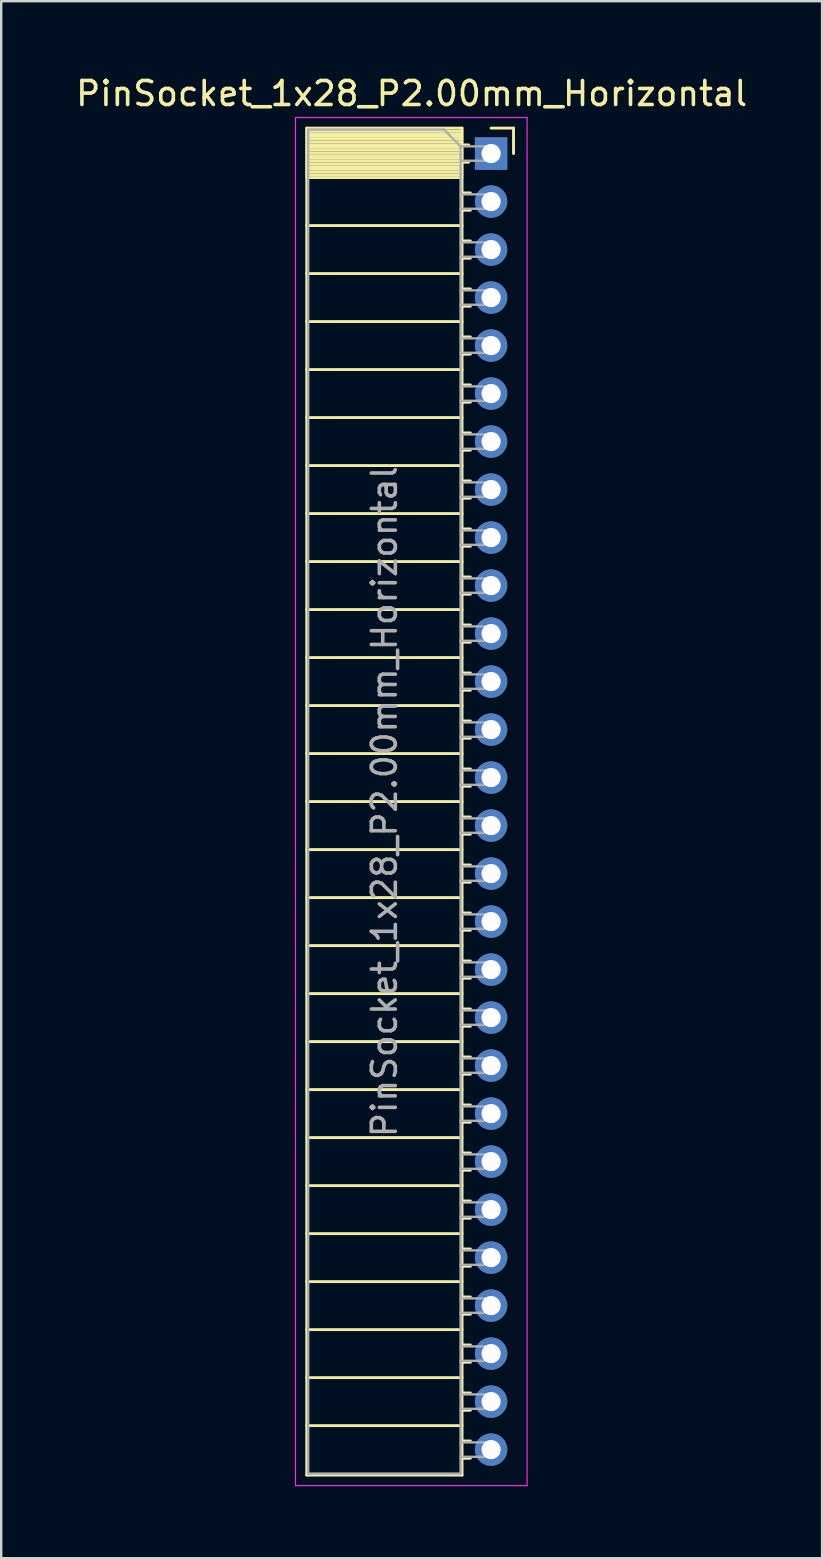
<source format=kicad_pcb>
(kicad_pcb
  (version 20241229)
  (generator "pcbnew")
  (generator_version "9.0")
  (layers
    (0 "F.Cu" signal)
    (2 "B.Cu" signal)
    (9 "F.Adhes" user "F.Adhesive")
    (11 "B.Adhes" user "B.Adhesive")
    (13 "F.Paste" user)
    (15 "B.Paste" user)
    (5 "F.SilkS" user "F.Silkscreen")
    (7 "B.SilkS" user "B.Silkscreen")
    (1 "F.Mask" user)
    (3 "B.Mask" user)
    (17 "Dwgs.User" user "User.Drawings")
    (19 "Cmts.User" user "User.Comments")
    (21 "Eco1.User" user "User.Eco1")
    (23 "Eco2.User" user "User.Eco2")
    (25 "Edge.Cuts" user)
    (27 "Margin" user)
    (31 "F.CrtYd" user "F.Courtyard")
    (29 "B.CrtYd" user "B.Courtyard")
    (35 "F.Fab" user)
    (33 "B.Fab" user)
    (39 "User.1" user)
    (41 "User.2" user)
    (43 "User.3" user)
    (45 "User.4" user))
  (footprint "PinSocket_1x28_P2.00mm_Horizontal"
    (layer "F.Cu")
    (at 17.411 3.348)
    (property "Reference" "PinSocket_1x28_P2.00mm_Horizontal" (at -3.31 -2.5 0) (layer "F.SilkS") (effects (font (size 1 1) (thickness 0.15))))
    (attr through_hole)
    (fp_line (start -7.68 -1.06) (end -7.68 55.06) (stroke (width 0.12) (type solid)) (layer "F.SilkS"))
    (fp_line (start -7.68 -1.06) (end -1.21 -1.06) (stroke (width 0.12) (type solid)) (layer "F.SilkS"))
    (fp_line (start -7.68 -0.94) (end -1.21 -0.94) (stroke (width 0.12) (type solid)) (layer "F.SilkS"))
    (fp_line (start -7.68 -0.826) (end -1.21 -0.826) (stroke (width 0.12) (type solid)) (layer "F.SilkS"))
    (fp_line (start -7.68 -0.712) (end -1.21 -0.712) (stroke (width 0.12) (type solid)) (layer "F.SilkS"))
    (fp_line (start -7.68 -0.598) (end -1.21 -0.598) (stroke (width 0.12) (type solid)) (layer "F.SilkS"))
    (fp_line (start -7.68 -0.484) (end -1.21 -0.484) (stroke (width 0.12) (type solid)) (layer "F.SilkS"))
    (fp_line (start -7.68 -0.369) (end -1.21 -0.369) (stroke (width 0.12) (type solid)) (layer "F.SilkS"))
    (fp_line (start -7.68 -0.255) (end -1.21 -0.255) (stroke (width 0.12) (type solid)) (layer "F.SilkS"))
    (fp_line (start -7.68 -0.141) (end -1.21 -0.141) (stroke (width 0.12) (type solid)) (layer "F.SilkS"))
    (fp_line (start -7.68 -0.027) (end -1.21 -0.027) (stroke (width 0.12) (type solid)) (layer "F.SilkS"))
    (fp_line (start -7.68 0.087) (end -1.21 0.087) (stroke (width 0.12) (type solid)) (layer "F.SilkS"))
    (fp_line (start -7.68 0.201) (end -1.21 0.201) (stroke (width 0.12) (type solid)) (layer "F.SilkS"))
    (fp_line (start -7.68 0.315) (end -1.21 0.315) (stroke (width 0.12) (type solid)) (layer "F.SilkS"))
    (fp_line (start -7.68 0.429) (end -1.21 0.429) (stroke (width 0.12) (type solid)) (layer "F.SilkS"))
    (fp_line (start -7.68 0.544) (end -1.21 0.544) (stroke (width 0.12) (type solid)) (layer "F.SilkS"))
    (fp_line (start -7.68 0.658) (end -1.21 0.658) (stroke (width 0.12) (type solid)) (layer "F.SilkS"))
    (fp_line (start -7.68 0.772) (end -1.21 0.772) (stroke (width 0.12) (type solid)) (layer "F.SilkS"))
    (fp_line (start -7.68 0.886) (end -1.21 0.886) (stroke (width 0.12) (type solid)) (layer "F.SilkS"))
    (fp_line (start -7.68 1) (end -1.21 1) (stroke (width 0.12) (type solid)) (layer "F.SilkS"))
    (fp_line (start -7.68 3) (end -1.21 3) (stroke (width 0.12) (type solid)) (layer "F.SilkS"))
    (fp_line (start -7.68 5) (end -1.21 5) (stroke (width 0.12) (type solid)) (layer "F.SilkS"))
    (fp_line (start -7.68 7) (end -1.21 7) (stroke (width 0.12) (type solid)) (layer "F.SilkS"))
    (fp_line (start -7.68 9) (end -1.21 9) (stroke (width 0.12) (type solid)) (layer "F.SilkS"))
    (fp_line (start -7.68 11) (end -1.21 11) (stroke (width 0.12) (type solid)) (layer "F.SilkS"))
    (fp_line (start -7.68 13) (end -1.21 13) (stroke (width 0.12) (type solid)) (layer "F.SilkS"))
    (fp_line (start -7.68 15) (end -1.21 15) (stroke (width 0.12) (type solid)) (layer "F.SilkS"))
    (fp_line (start -7.68 17) (end -1.21 17) (stroke (width 0.12) (type solid)) (layer "F.SilkS"))
    (fp_line (start -7.68 19) (end -1.21 19) (stroke (width 0.12) (type solid)) (layer "F.SilkS"))
    (fp_line (start -7.68 21) (end -1.21 21) (stroke (width 0.12) (type solid)) (layer "F.SilkS"))
    (fp_line (start -7.68 23) (end -1.21 23) (stroke (width 0.12) (type solid)) (layer "F.SilkS"))
    (fp_line (start -7.68 25) (end -1.21 25) (stroke (width 0.12) (type solid)) (layer "F.SilkS"))
    (fp_line (start -7.68 27) (end -1.21 27) (stroke (width 0.12) (type solid)) (layer "F.SilkS"))
    (fp_line (start -7.68 29) (end -1.21 29) (stroke (width 0.12) (type solid)) (layer "F.SilkS"))
    (fp_line (start -7.68 31) (end -1.21 31) (stroke (width 0.12) (type solid)) (layer "F.SilkS"))
    (fp_line (start -7.68 33) (end -1.21 33) (stroke (width 0.12) (type solid)) (layer "F.SilkS"))
    (fp_line (start -7.68 35) (end -1.21 35) (stroke (width 0.12) (type solid)) (layer "F.SilkS"))
    (fp_line (start -7.68 37) (end -1.21 37) (stroke (width 0.12) (type solid)) (layer "F.SilkS"))
    (fp_line (start -7.68 39) (end -1.21 39) (stroke (width 0.12) (type solid)) (layer "F.SilkS"))
    (fp_line (start -7.68 41) (end -1.21 41) (stroke (width 0.12) (type solid)) (layer "F.SilkS"))
    (fp_line (start -7.68 43) (end -1.21 43) (stroke (width 0.12) (type solid)) (layer "F.SilkS"))
    (fp_line (start -7.68 45) (end -1.21 45) (stroke (width 0.12) (type solid)) (layer "F.SilkS"))
    (fp_line (start -7.68 47) (end -1.21 47) (stroke (width 0.12) (type solid)) (layer "F.SilkS"))
    (fp_line (start -7.68 49) (end -1.21 49) (stroke (width 0.12) (type solid)) (layer "F.SilkS"))
    (fp_line (start -7.68 51) (end -1.21 51) (stroke (width 0.12) (type solid)) (layer "F.SilkS"))
    (fp_line (start -7.68 53) (end -1.21 53) (stroke (width 0.12) (type solid)) (layer "F.SilkS"))
    (fp_line (start -7.68 55.06) (end -1.21 55.06) (stroke (width 0.12) (type solid)) (layer "F.SilkS"))
    (fp_line (start -1.21 -1.06) (end -1.21 55.06) (stroke (width 0.12) (type solid)) (layer "F.SilkS"))
    (fp_line (start -1.21 -0.36) (end -0.935 -0.36) (stroke (width 0.12) (type solid)) (layer "F.SilkS"))
    (fp_line (start -1.21 0.36) (end -0.935 0.36) (stroke (width 0.12) (type solid)) (layer "F.SilkS"))
    (fp_line (start -1.21 1.64) (end -0.863 1.64) (stroke (width 0.12) (type solid)) (layer "F.SilkS"))
    (fp_line (start -1.21 2.36) (end -0.863 2.36) (stroke (width 0.12) (type solid)) (layer "F.SilkS"))
    (fp_line (start -1.21 3.64) (end -0.863 3.64) (stroke (width 0.12) (type solid)) (layer "F.SilkS"))
    (fp_line (start -1.21 4.36) (end -0.863 4.36) (stroke (width 0.12) (type solid)) (layer "F.SilkS"))
    (fp_line (start -1.21 5.64) (end -0.863 5.64) (stroke (width 0.12) (type solid)) (layer "F.SilkS"))
    (fp_line (start -1.21 6.36) (end -0.863 6.36) (stroke (width 0.12) (type solid)) (layer "F.SilkS"))
    (fp_line (start -1.21 7.64) (end -0.863 7.64) (stroke (width 0.12) (type solid)) (layer "F.SilkS"))
    (fp_line (start -1.21 8.36) (end -0.863 8.36) (stroke (width 0.12) (type solid)) (layer "F.SilkS"))
    (fp_line (start -1.21 9.64) (end -0.863 9.64) (stroke (width 0.12) (type solid)) (layer "F.SilkS"))
    (fp_line (start -1.21 10.36) (end -0.863 10.36) (stroke (width 0.12) (type solid)) (layer "F.SilkS"))
    (fp_line (start -1.21 11.64) (end -0.863 11.64) (stroke (width 0.12) (type solid)) (layer "F.SilkS"))
    (fp_line (start -1.21 12.36) (end -0.863 12.36) (stroke (width 0.12) (type solid)) (layer "F.SilkS"))
    (fp_line (start -1.21 13.64) (end -0.863 13.64) (stroke (width 0.12) (type solid)) (layer "F.SilkS"))
    (fp_line (start -1.21 14.36) (end -0.863 14.36) (stroke (width 0.12) (type solid)) (layer "F.SilkS"))
    (fp_line (start -1.21 15.64) (end -0.863 15.64) (stroke (width 0.12) (type solid)) (layer "F.SilkS"))
    (fp_line (start -1.21 16.36) (end -0.863 16.36) (stroke (width 0.12) (type solid)) (layer "F.SilkS"))
    (fp_line (start -1.21 17.64) (end -0.863 17.64) (stroke (width 0.12) (type solid)) (layer "F.SilkS"))
    (fp_line (start -1.21 18.36) (end -0.863 18.36) (stroke (width 0.12) (type solid)) (layer "F.SilkS"))
    (fp_line (start -1.21 19.64) (end -0.863 19.64) (stroke (width 0.12) (type solid)) (layer "F.SilkS"))
    (fp_line (start -1.21 20.36) (end -0.863 20.36) (stroke (width 0.12) (type solid)) (layer "F.SilkS"))
    (fp_line (start -1.21 21.64) (end -0.863 21.64) (stroke (width 0.12) (type solid)) (layer "F.SilkS"))
    (fp_line (start -1.21 22.36) (end -0.863 22.36) (stroke (width 0.12) (type solid)) (layer "F.SilkS"))
    (fp_line (start -1.21 23.64) (end -0.863 23.64) (stroke (width 0.12) (type solid)) (layer "F.SilkS"))
    (fp_line (start -1.21 24.36) (end -0.863 24.36) (stroke (width 0.12) (type solid)) (layer "F.SilkS"))
    (fp_line (start -1.21 25.64) (end -0.863 25.64) (stroke (width 0.12) (type solid)) (layer "F.SilkS"))
    (fp_line (start -1.21 26.36) (end -0.863 26.36) (stroke (width 0.12) (type solid)) (layer "F.SilkS"))
    (fp_line (start -1.21 27.64) (end -0.863 27.64) (stroke (width 0.12) (type solid)) (layer "F.SilkS"))
    (fp_line (start -1.21 28.36) (end -0.863 28.36) (stroke (width 0.12) (type solid)) (layer "F.SilkS"))
    (fp_line (start -1.21 29.64) (end -0.863 29.64) (stroke (width 0.12) (type solid)) (layer "F.SilkS"))
    (fp_line (start -1.21 30.36) (end -0.863 30.36) (stroke (width 0.12) (type solid)) (layer "F.SilkS"))
    (fp_line (start -1.21 31.64) (end -0.863 31.64) (stroke (width 0.12) (type solid)) (layer "F.SilkS"))
    (fp_line (start -1.21 32.36) (end -0.863 32.36) (stroke (width 0.12) (type solid)) (layer "F.SilkS"))
    (fp_line (start -1.21 33.64) (end -0.863 33.64) (stroke (width 0.12) (type solid)) (layer "F.SilkS"))
    (fp_line (start -1.21 34.36) (end -0.863 34.36) (stroke (width 0.12) (type solid)) (layer "F.SilkS"))
    (fp_line (start -1.21 35.64) (end -0.863 35.64) (stroke (width 0.12) (type solid)) (layer "F.SilkS"))
    (fp_line (start -1.21 36.36) (end -0.863 36.36) (stroke (width 0.12) (type solid)) (layer "F.SilkS"))
    (fp_line (start -1.21 37.64) (end -0.863 37.64) (stroke (width 0.12) (type solid)) (layer "F.SilkS"))
    (fp_line (start -1.21 38.36) (end -0.863 38.36) (stroke (width 0.12) (type solid)) (layer "F.SilkS"))
    (fp_line (start -1.21 39.64) (end -0.863 39.64) (stroke (width 0.12) (type solid)) (layer "F.SilkS"))
    (fp_line (start -1.21 40.36) (end -0.863 40.36) (stroke (width 0.12) (type solid)) (layer "F.SilkS"))
    (fp_line (start -1.21 41.64) (end -0.863 41.64) (stroke (width 0.12) (type solid)) (layer "F.SilkS"))
    (fp_line (start -1.21 42.36) (end -0.863 42.36) (stroke (width 0.12) (type solid)) (layer "F.SilkS"))
    (fp_line (start -1.21 43.64) (end -0.863 43.64) (stroke (width 0.12) (type solid)) (layer "F.SilkS"))
    (fp_line (start -1.21 44.36) (end -0.863 44.36) (stroke (width 0.12) (type solid)) (layer "F.SilkS"))
    (fp_line (start -1.21 45.64) (end -0.863 45.64) (stroke (width 0.12) (type solid)) (layer "F.SilkS"))
    (fp_line (start -1.21 46.36) (end -0.863 46.36) (stroke (width 0.12) (type solid)) (layer "F.SilkS"))
    (fp_line (start -1.21 47.64) (end -0.863 47.64) (stroke (width 0.12) (type solid)) (layer "F.SilkS"))
    (fp_line (start -1.21 48.36) (end -0.863 48.36) (stroke (width 0.12) (type solid)) (layer "F.SilkS"))
    (fp_line (start -1.21 49.64) (end -0.863 49.64) (stroke (width 0.12) (type solid)) (layer "F.SilkS"))
    (fp_line (start -1.21 50.36) (end -0.863 50.36) (stroke (width 0.12) (type solid)) (layer "F.SilkS"))
    (fp_line (start -1.21 51.64) (end -0.863 51.64) (stroke (width 0.12) (type solid)) (layer "F.SilkS"))
    (fp_line (start -1.21 52.36) (end -0.863 52.36) (stroke (width 0.12) (type solid)) (layer "F.SilkS"))
    (fp_line (start -1.21 53.64) (end -0.863 53.64) (stroke (width 0.12) (type solid)) (layer "F.SilkS"))
    (fp_line (start -1.21 54.36) (end -0.863 54.36) (stroke (width 0.12) (type solid)) (layer "F.SilkS"))
    (fp_line (start 0 -1.06) (end 0.935 -1.06) (stroke (width 0.12) (type solid)) (layer "F.SilkS"))
    (fp_line (start 0.935 -1.06) (end 0.935 0) (stroke (width 0.12) (type solid)) (layer "F.SilkS"))
    (fp_line (start -8.15 -1.5) (end -8.15 55.5) (stroke (width 0.05) (type solid)) (layer "F.CrtYd"))
    (fp_line (start -8.15 55.5) (end 1.5 55.5) (stroke (width 0.05) (type solid)) (layer "F.CrtYd"))
    (fp_line (start 1.5 -1.5) (end -8.15 -1.5) (stroke (width 0.05) (type solid)) (layer "F.CrtYd"))
    (fp_line (start 1.5 55.5) (end 1.5 -1.5) (stroke (width 0.05) (type solid)) (layer "F.CrtYd"))
    (fp_line (start -7.62 -1) (end -1.97 -1) (stroke (width 0.1) (type solid)) (layer "F.Fab"))
    (fp_line (start -7.62 55) (end -7.62 -1) (stroke (width 0.1) (type solid)) (layer "F.Fab"))
    (fp_line (start -1.97 -1) (end -1.27 -0.3) (stroke (width 0.1) (type solid)) (layer "F.Fab"))
    (fp_line (start -1.27 -0.3) (end -1.27 55) (stroke (width 0.1) (type solid)) (layer "F.Fab"))
    (fp_line (start -1.27 0.3) (end 0 0.3) (stroke (width 0.1) (type solid)) (layer "F.Fab"))
    (fp_line (start -1.27 2.3) (end 0 2.3) (stroke (width 0.1) (type solid)) (layer "F.Fab"))
    (fp_line (start -1.27 4.3) (end 0 4.3) (stroke (width 0.1) (type solid)) (layer "F.Fab"))
    (fp_line (start -1.27 6.3) (end 0 6.3) (stroke (width 0.1) (type solid)) (layer "F.Fab"))
    (fp_line (start -1.27 8.3) (end 0 8.3) (stroke (width 0.1) (type solid)) (layer "F.Fab"))
    (fp_line (start -1.27 10.3) (end 0 10.3) (stroke (width 0.1) (type solid)) (layer "F.Fab"))
    (fp_line (start -1.27 12.3) (end 0 12.3) (stroke (width 0.1) (type solid)) (layer "F.Fab"))
    (fp_line (start -1.27 14.3) (end 0 14.3) (stroke (width 0.1) (type solid)) (layer "F.Fab"))
    (fp_line (start -1.27 16.3) (end 0 16.3) (stroke (width 0.1) (type solid)) (layer "F.Fab"))
    (fp_line (start -1.27 18.3) (end 0 18.3) (stroke (width 0.1) (type solid)) (layer "F.Fab"))
    (fp_line (start -1.27 20.3) (end 0 20.3) (stroke (width 0.1) (type solid)) (layer "F.Fab"))
    (fp_line (start -1.27 22.3) (end 0 22.3) (stroke (width 0.1) (type solid)) (layer "F.Fab"))
    (fp_line (start -1.27 24.3) (end 0 24.3) (stroke (width 0.1) (type solid)) (layer "F.Fab"))
    (fp_line (start -1.27 26.3) (end 0 26.3) (stroke (width 0.1) (type solid)) (layer "F.Fab"))
    (fp_line (start -1.27 28.3) (end 0 28.3) (stroke (width 0.1) (type solid)) (layer "F.Fab"))
    (fp_line (start -1.27 30.3) (end 0 30.3) (stroke (width 0.1) (type solid)) (layer "F.Fab"))
    (fp_line (start -1.27 32.3) (end 0 32.3) (stroke (width 0.1) (type solid)) (layer "F.Fab"))
    (fp_line (start -1.27 34.3) (end 0 34.3) (stroke (width 0.1) (type solid)) (layer "F.Fab"))
    (fp_line (start -1.27 36.3) (end 0 36.3) (stroke (width 0.1) (type solid)) (layer "F.Fab"))
    (fp_line (start -1.27 38.3) (end 0 38.3) (stroke (width 0.1) (type solid)) (layer "F.Fab"))
    (fp_line (start -1.27 40.3) (end 0 40.3) (stroke (width 0.1) (type solid)) (layer "F.Fab"))
    (fp_line (start -1.27 42.3) (end 0 42.3) (stroke (width 0.1) (type solid)) (layer "F.Fab"))
    (fp_line (start -1.27 44.3) (end 0 44.3) (stroke (width 0.1) (type solid)) (layer "F.Fab"))
    (fp_line (start -1.27 46.3) (end 0 46.3) (stroke (width 0.1) (type solid)) (layer "F.Fab"))
    (fp_line (start -1.27 48.3) (end 0 48.3) (stroke (width 0.1) (type solid)) (layer "F.Fab"))
    (fp_line (start -1.27 50.3) (end 0 50.3) (stroke (width 0.1) (type solid)) (layer "F.Fab"))
    (fp_line (start -1.27 52.3) (end 0 52.3) (stroke (width 0.1) (type solid)) (layer "F.Fab"))
    (fp_line (start -1.27 54.3) (end 0 54.3) (stroke (width 0.1) (type solid)) (layer "F.Fab"))
    (fp_line (start -1.27 55) (end -7.62 55) (stroke (width 0.1) (type solid)) (layer "F.Fab"))
    (fp_line (start 0 -0.3) (end -1.27 -0.3) (stroke (width 0.1) (type solid)) (layer "F.Fab"))
    (fp_line (start 0 0.3) (end 0 -0.3) (stroke (width 0.1) (type solid)) (layer "F.Fab"))
    (fp_line (start 0 1.7) (end -1.27 1.7) (stroke (width 0.1) (type solid)) (layer "F.Fab"))
    (fp_line (start 0 2.3) (end 0 1.7) (stroke (width 0.1) (type solid)) (layer "F.Fab"))
    (fp_line (start 0 3.7) (end -1.27 3.7) (stroke (width 0.1) (type solid)) (layer "F.Fab"))
    (fp_line (start 0 4.3) (end 0 3.7) (stroke (width 0.1) (type solid)) (layer "F.Fab"))
    (fp_line (start 0 5.7) (end -1.27 5.7) (stroke (width 0.1) (type solid)) (layer "F.Fab"))
    (fp_line (start 0 6.3) (end 0 5.7) (stroke (width 0.1) (type solid)) (layer "F.Fab"))
    (fp_line (start 0 7.7) (end -1.27 7.7) (stroke (width 0.1) (type solid)) (layer "F.Fab"))
    (fp_line (start 0 8.3) (end 0 7.7) (stroke (width 0.1) (type solid)) (layer "F.Fab"))
    (fp_line (start 0 9.7) (end -1.27 9.7) (stroke (width 0.1) (type solid)) (layer "F.Fab"))
    (fp_line (start 0 10.3) (end 0 9.7) (stroke (width 0.1) (type solid)) (layer "F.Fab"))
    (fp_line (start 0 11.7) (end -1.27 11.7) (stroke (width 0.1) (type solid)) (layer "F.Fab"))
    (fp_line (start 0 12.3) (end 0 11.7) (stroke (width 0.1) (type solid)) (layer "F.Fab"))
    (fp_line (start 0 13.7) (end -1.27 13.7) (stroke (width 0.1) (type solid)) (layer "F.Fab"))
    (fp_line (start 0 14.3) (end 0 13.7) (stroke (width 0.1) (type solid)) (layer "F.Fab"))
    (fp_line (start 0 15.7) (end -1.27 15.7) (stroke (width 0.1) (type solid)) (layer "F.Fab"))
    (fp_line (start 0 16.3) (end 0 15.7) (stroke (width 0.1) (type solid)) (layer "F.Fab"))
    (fp_line (start 0 17.7) (end -1.27 17.7) (stroke (width 0.1) (type solid)) (layer "F.Fab"))
    (fp_line (start 0 18.3) (end 0 17.7) (stroke (width 0.1) (type solid)) (layer "F.Fab"))
    (fp_line (start 0 19.7) (end -1.27 19.7) (stroke (width 0.1) (type solid)) (layer "F.Fab"))
    (fp_line (start 0 20.3) (end 0 19.7) (stroke (width 0.1) (type solid)) (layer "F.Fab"))
    (fp_line (start 0 21.7) (end -1.27 21.7) (stroke (width 0.1) (type solid)) (layer "F.Fab"))
    (fp_line (start 0 22.3) (end 0 21.7) (stroke (width 0.1) (type solid)) (layer "F.Fab"))
    (fp_line (start 0 23.7) (end -1.27 23.7) (stroke (width 0.1) (type solid)) (layer "F.Fab"))
    (fp_line (start 0 24.3) (end 0 23.7) (stroke (width 0.1) (type solid)) (layer "F.Fab"))
    (fp_line (start 0 25.7) (end -1.27 25.7) (stroke (width 0.1) (type solid)) (layer "F.Fab"))
    (fp_line (start 0 26.3) (end 0 25.7) (stroke (width 0.1) (type solid)) (layer "F.Fab"))
    (fp_line (start 0 27.7) (end -1.27 27.7) (stroke (width 0.1) (type solid)) (layer "F.Fab"))
    (fp_line (start 0 28.3) (end 0 27.7) (stroke (width 0.1) (type solid)) (layer "F.Fab"))
    (fp_line (start 0 29.7) (end -1.27 29.7) (stroke (width 0.1) (type solid)) (layer "F.Fab"))
    (fp_line (start 0 30.3) (end 0 29.7) (stroke (width 0.1) (type solid)) (layer "F.Fab"))
    (fp_line (start 0 31.7) (end -1.27 31.7) (stroke (width 0.1) (type solid)) (layer "F.Fab"))
    (fp_line (start 0 32.3) (end 0 31.7) (stroke (width 0.1) (type solid)) (layer "F.Fab"))
    (fp_line (start 0 33.7) (end -1.27 33.7) (stroke (width 0.1) (type solid)) (layer "F.Fab"))
    (fp_line (start 0 34.3) (end 0 33.7) (stroke (width 0.1) (type solid)) (layer "F.Fab"))
    (fp_line (start 0 35.7) (end -1.27 35.7) (stroke (width 0.1) (type solid)) (layer "F.Fab"))
    (fp_line (start 0 36.3) (end 0 35.7) (stroke (width 0.1) (type solid)) (layer "F.Fab"))
    (fp_line (start 0 37.7) (end -1.27 37.7) (stroke (width 0.1) (type solid)) (layer "F.Fab"))
    (fp_line (start 0 38.3) (end 0 37.7) (stroke (width 0.1) (type solid)) (layer "F.Fab"))
    (fp_line (start 0 39.7) (end -1.27 39.7) (stroke (width 0.1) (type solid)) (layer "F.Fab"))
    (fp_line (start 0 40.3) (end 0 39.7) (stroke (width 0.1) (type solid)) (layer "F.Fab"))
    (fp_line (start 0 41.7) (end -1.27 41.7) (stroke (width 0.1) (type solid)) (layer "F.Fab"))
    (fp_line (start 0 42.3) (end 0 41.7) (stroke (width 0.1) (type solid)) (layer "F.Fab"))
    (fp_line (start 0 43.7) (end -1.27 43.7) (stroke (width 0.1) (type solid)) (layer "F.Fab"))
    (fp_line (start 0 44.3) (end 0 43.7) (stroke (width 0.1) (type solid)) (layer "F.Fab"))
    (fp_line (start 0 45.7) (end -1.27 45.7) (stroke (width 0.1) (type solid)) (layer "F.Fab"))
    (fp_line (start 0 46.3) (end 0 45.7) (stroke (width 0.1) (type solid)) (layer "F.Fab"))
    (fp_line (start 0 47.7) (end -1.27 47.7) (stroke (width 0.1) (type solid)) (layer "F.Fab"))
    (fp_line (start 0 48.3) (end 0 47.7) (stroke (width 0.1) (type solid)) (layer "F.Fab"))
    (fp_line (start 0 49.7) (end -1.27 49.7) (stroke (width 0.1) (type solid)) (layer "F.Fab"))
    (fp_line (start 0 50.3) (end 0 49.7) (stroke (width 0.1) (type solid)) (layer "F.Fab"))
    (fp_line (start 0 51.7) (end -1.27 51.7) (stroke (width 0.1) (type solid)) (layer "F.Fab"))
    (fp_line (start 0 52.3) (end 0 51.7) (stroke (width 0.1) (type solid)) (layer "F.Fab"))
    (fp_line (start 0 53.7) (end -1.27 53.7) (stroke (width 0.1) (type solid)) (layer "F.Fab"))
    (fp_line (start 0 54.3) (end 0 53.7) (stroke (width 0.1) (type solid)) (layer "F.Fab"))
    (fp_text user "${REFERENCE}" (at -4.445 27 90) (layer "F.Fab") (effects (font (size 1 1) (thickness 0.15))))
    (pad "1" thru_hole rect (at 0 0) (size 1.35 1.35) (drill 0.8) (layers "*.Cu" "*.Mask"))
    (pad "2" thru_hole circle (at 0 2) (size 1.35 1.35) (drill 0.8) (layers "*.Cu" "*.Mask"))
    (pad "3" thru_hole circle (at 0 4) (size 1.35 1.35) (drill 0.8) (layers "*.Cu" "*.Mask"))
    (pad "4" thru_hole circle (at 0 6) (size 1.35 1.35) (drill 0.8) (layers "*.Cu" "*.Mask"))
    (pad "5" thru_hole circle (at 0 8) (size 1.35 1.35) (drill 0.8) (layers "*.Cu" "*.Mask"))
    (pad "6" thru_hole circle (at 0 10) (size 1.35 1.35) (drill 0.8) (layers "*.Cu" "*.Mask"))
    (pad "7" thru_hole circle (at 0 12) (size 1.35 1.35) (drill 0.8) (layers "*.Cu" "*.Mask"))
    (pad "8" thru_hole circle (at 0 14) (size 1.35 1.35) (drill 0.8) (layers "*.Cu" "*.Mask"))
    (pad "9" thru_hole circle (at 0 16) (size 1.35 1.35) (drill 0.8) (layers "*.Cu" "*.Mask"))
    (pad "10" thru_hole circle (at 0 18) (size 1.35 1.35) (drill 0.8) (layers "*.Cu" "*.Mask"))
    (pad "11" thru_hole circle (at 0 20) (size 1.35 1.35) (drill 0.8) (layers "*.Cu" "*.Mask"))
    (pad "12" thru_hole circle (at 0 22) (size 1.35 1.35) (drill 0.8) (layers "*.Cu" "*.Mask"))
    (pad "13" thru_hole circle (at 0 24) (size 1.35 1.35) (drill 0.8) (layers "*.Cu" "*.Mask"))
    (pad "14" thru_hole circle (at 0 26) (size 1.35 1.35) (drill 0.8) (layers "*.Cu" "*.Mask"))
    (pad "15" thru_hole circle (at 0 28) (size 1.35 1.35) (drill 0.8) (layers "*.Cu" "*.Mask"))
    (pad "16" thru_hole circle (at 0 30) (size 1.35 1.35) (drill 0.8) (layers "*.Cu" "*.Mask"))
    (pad "17" thru_hole circle (at 0 32) (size 1.35 1.35) (drill 0.8) (layers "*.Cu" "*.Mask"))
    (pad "18" thru_hole circle (at 0 34) (size 1.35 1.35) (drill 0.8) (layers "*.Cu" "*.Mask"))
    (pad "19" thru_hole circle (at 0 36) (size 1.35 1.35) (drill 0.8) (layers "*.Cu" "*.Mask"))
    (pad "20" thru_hole circle (at 0 38) (size 1.35 1.35) (drill 0.8) (layers "*.Cu" "*.Mask"))
    (pad "21" thru_hole circle (at 0 40) (size 1.35 1.35) (drill 0.8) (layers "*.Cu" "*.Mask"))
    (pad "22" thru_hole circle (at 0 42) (size 1.35 1.35) (drill 0.8) (layers "*.Cu" "*.Mask"))
    (pad "23" thru_hole circle (at 0 44) (size 1.35 1.35) (drill 0.8) (layers "*.Cu" "*.Mask"))
    (pad "24" thru_hole circle (at 0 46) (size 1.35 1.35) (drill 0.8) (layers "*.Cu" "*.Mask"))
    (pad "25" thru_hole circle (at 0 48) (size 1.35 1.35) (drill 0.8) (layers "*.Cu" "*.Mask"))
    (pad "26" thru_hole circle (at 0 50) (size 1.35 1.35) (drill 0.8) (layers "*.Cu" "*.Mask"))
    (pad "27" thru_hole circle (at 0 52) (size 1.35 1.35) (drill 0.8) (layers "*.Cu" "*.Mask"))
    (pad "28" thru_hole circle (at 0 54) (size 1.35 1.35) (drill 0.8) (layers "*.Cu" "*.Mask")))
  (gr_rect
    (start -3 -3)
    (end 31.202 61.873)
    (stroke (width 0.1) (type default))
    (fill no)
    (layer "Edge.Cuts")))
</source>
